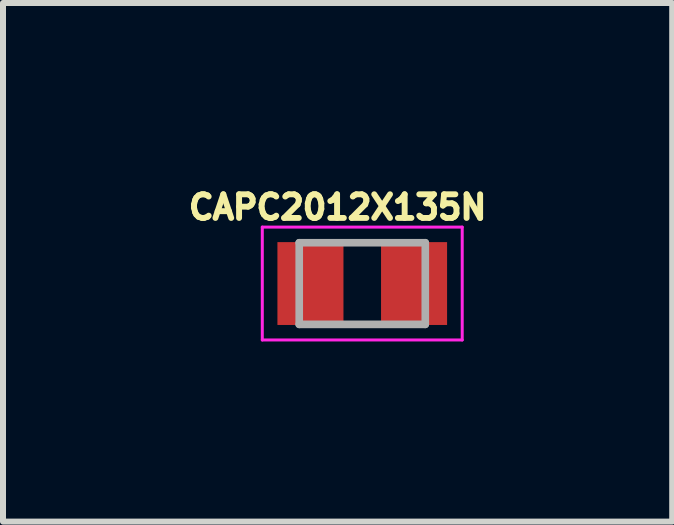
<source format=kicad_pcb>
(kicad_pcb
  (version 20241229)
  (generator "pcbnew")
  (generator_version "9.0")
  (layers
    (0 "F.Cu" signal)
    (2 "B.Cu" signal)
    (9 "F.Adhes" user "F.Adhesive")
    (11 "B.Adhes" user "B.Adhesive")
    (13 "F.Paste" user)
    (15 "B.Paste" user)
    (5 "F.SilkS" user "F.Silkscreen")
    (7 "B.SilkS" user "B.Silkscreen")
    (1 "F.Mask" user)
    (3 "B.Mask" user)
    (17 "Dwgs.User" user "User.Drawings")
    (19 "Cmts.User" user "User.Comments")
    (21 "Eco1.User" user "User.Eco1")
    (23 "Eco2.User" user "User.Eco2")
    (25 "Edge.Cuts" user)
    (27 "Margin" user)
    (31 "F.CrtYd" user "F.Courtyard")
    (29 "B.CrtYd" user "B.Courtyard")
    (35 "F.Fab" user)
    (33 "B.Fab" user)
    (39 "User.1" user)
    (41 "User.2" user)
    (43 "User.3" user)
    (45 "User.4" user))
  (footprint "CAPC2012X135N"
    (layer "F.Cu")
    (at 2.984 1.673)
    (property "Reference" "CAPC2012X135N" (at -0.41 -1.27 0) (layer "F.SilkS") (effects (font (size 0.394 0.394) (thickness 0.15))))
    (attr through_hole)
    (fp_line (start -1.665 -0.94) (end 1.665 -0.94) (stroke (width 0.05) (type solid)) (layer "F.CrtYd"))
    (fp_line (start -1.665 0.94) (end -1.665 -0.94) (stroke (width 0.05) (type solid)) (layer "F.CrtYd"))
    (fp_line (start -1.665 0.94) (end 1.665 0.94) (stroke (width 0.05) (type solid)) (layer "F.CrtYd"))
    (fp_line (start 1.665 0.94) (end 1.665 -0.94) (stroke (width 0.05) (type solid)) (layer "F.CrtYd"))
    (fp_line (start -1.05 0.68) (end -1.05 -0.68) (stroke (width 0.127) (type solid)) (layer "F.Fab"))
    (fp_line (start 1.05 -0.68) (end -1.05 -0.68) (stroke (width 0.127) (type solid)) (layer "F.Fab"))
    (fp_line (start 1.05 0.68) (end -1.05 0.68) (stroke (width 0.127) (type solid)) (layer "F.Fab"))
    (fp_line (start 1.05 0.68) (end 1.05 -0.68) (stroke (width 0.127) (type solid)) (layer "F.Fab"))
    (pad "1" smd rect (at -0.863 0) (size 1.1 1.38) (layers "F.Cu" "F.Mask" "F.Paste"))
    (pad "2" smd rect (at 0.863 0) (size 1.1 1.38) (layers "F.Cu" "F.Mask" "F.Paste")))
  (gr_rect
    (start -3 -3)
    (end 8.147 5.638)
    (stroke (width 0.1) (type default))
    (fill no)
    (layer "Edge.Cuts")))
</source>
